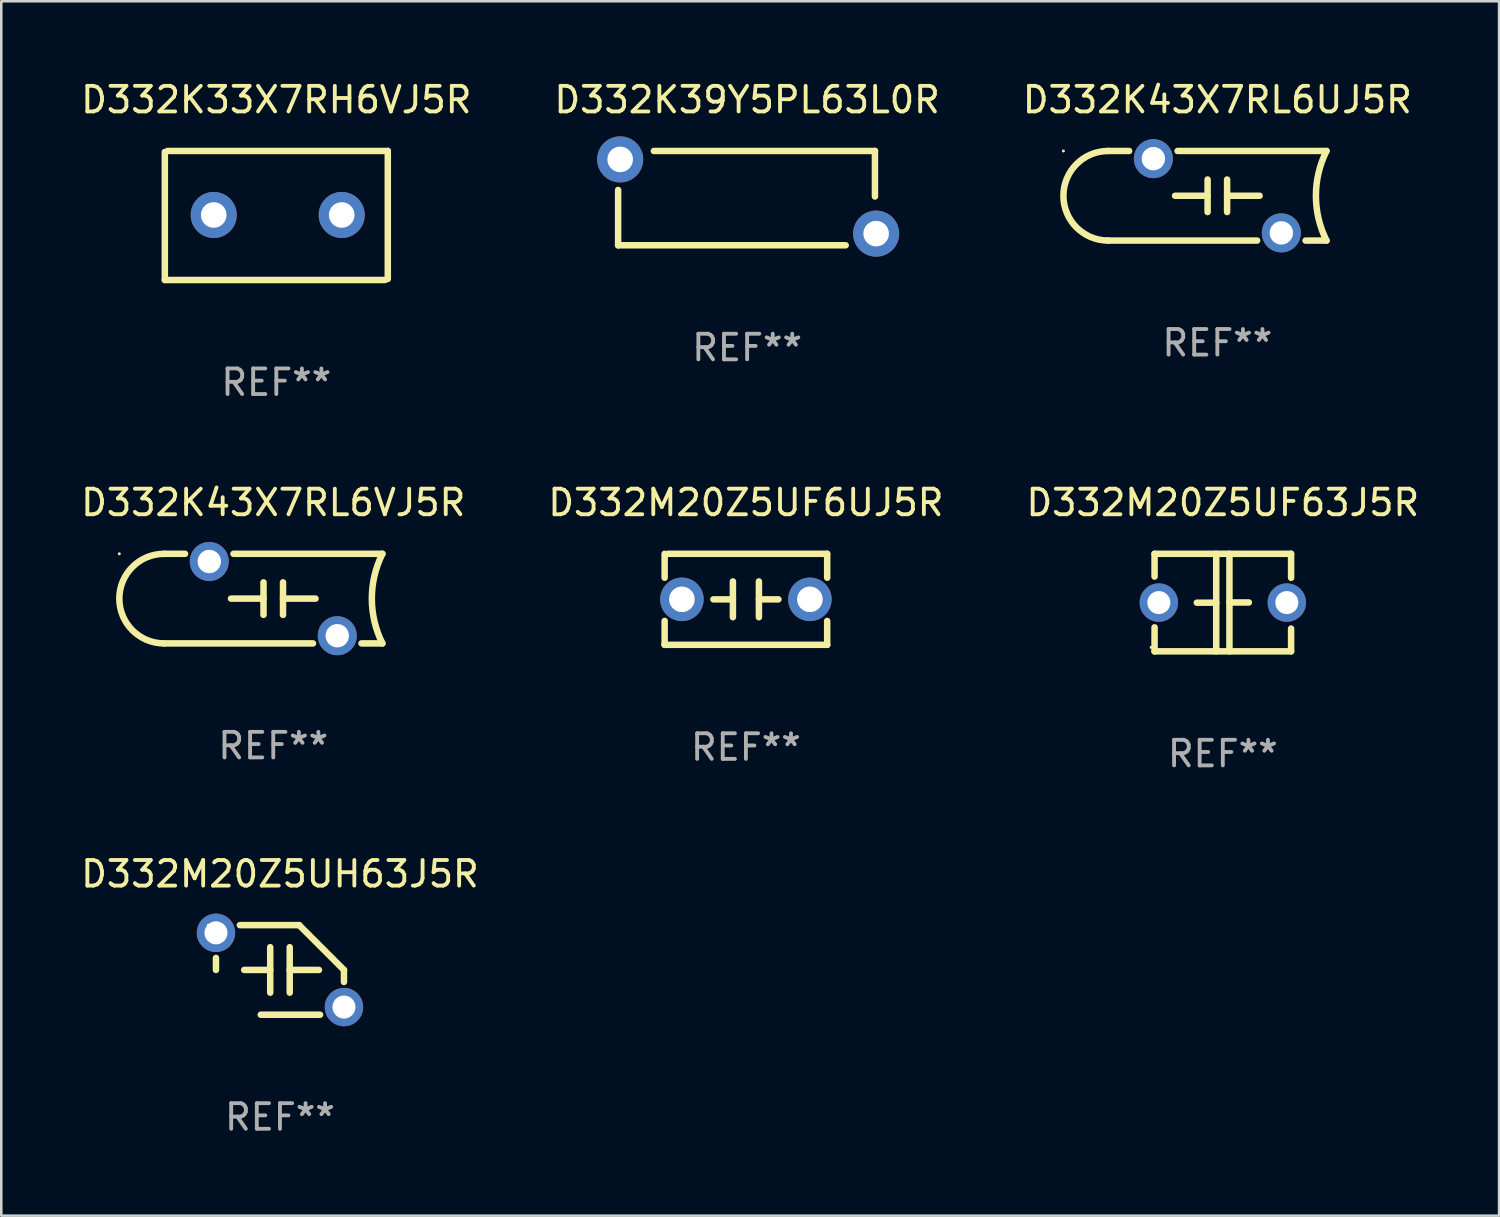
<source format=kicad_pcb>
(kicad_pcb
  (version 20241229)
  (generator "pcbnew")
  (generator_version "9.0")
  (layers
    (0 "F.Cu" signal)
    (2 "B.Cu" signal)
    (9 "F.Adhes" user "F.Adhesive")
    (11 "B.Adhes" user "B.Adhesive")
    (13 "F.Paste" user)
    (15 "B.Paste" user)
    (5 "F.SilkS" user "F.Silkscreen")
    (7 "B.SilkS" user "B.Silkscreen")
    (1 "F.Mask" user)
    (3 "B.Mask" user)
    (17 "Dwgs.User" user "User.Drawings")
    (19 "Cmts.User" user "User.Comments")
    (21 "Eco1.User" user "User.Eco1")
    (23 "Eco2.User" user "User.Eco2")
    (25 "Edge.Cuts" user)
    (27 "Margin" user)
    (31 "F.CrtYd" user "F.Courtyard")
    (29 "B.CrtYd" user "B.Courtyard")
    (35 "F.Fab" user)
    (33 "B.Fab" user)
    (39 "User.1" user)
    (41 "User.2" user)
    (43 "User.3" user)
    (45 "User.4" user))
  (footprint "D332K43X7RL6VJ5R"
    (layer "F.Cu")
    (at 7.625 20.335)
    (property "Reference" "D332K43X7RL6VJ5R" (at 0 -3.75 0) (layer "F.SilkS") (effects (font (size 1 1) (thickness 0.15))))
    (attr through_hole)
    (fp_line (start -4.264 -1.75) (end -3.447 -1.75) (stroke (width 0.254) (type solid)) (layer "F.SilkS"))
    (fp_line (start -1.651 0) (end -0.381 0) (stroke (width 0.254) (type solid)) (layer "F.SilkS"))
    (fp_line (start -1.553 -1.75) (end 4.264 -1.75) (stroke (width 0.254) (type solid)) (layer "F.SilkS"))
    (fp_line (start -0.381 -0.635) (end -0.381 0.635) (stroke (width 0.254) (type solid)) (layer "F.SilkS"))
    (fp_line (start 0.381 -0.635) (end 0.381 0.635) (stroke (width 0.254) (type solid)) (layer "F.SilkS"))
    (fp_line (start 0.381 0) (end 1.651 0) (stroke (width 0.254) (type solid)) (layer "F.SilkS"))
    (fp_line (start 1.553 1.75) (end -4.264 1.75) (stroke (width 0.254) (type solid)) (layer "F.SilkS"))
    (fp_line (start 4.264 1.75) (end 3.447 1.75) (stroke (width 0.254) (type solid)) (layer "F.SilkS"))
    (fp_arc (start -4.263729 1.750013) (mid -6.013742 0) (end -4.263729 -1.750013) (stroke (width 0.254001) (type solid)) (layer "F.SilkS"))
    (fp_arc (start 4.263729 1.750012) (mid 3.850607 0) (end 4.263729 -1.750013) (stroke (width 0.254001) (type solid)) (layer "F.SilkS"))
    (fp_circle (center -6.014 -1.75) (end -5.984 -1.75) (stroke (width 0.06) (type solid)) (fill no) (layer "F.SilkS"))
    (fp_text user "REF**" (at 0 5.75 0) (layer "F.Fab") (effects (font (size 1 1) (thickness 0.15))))
    (pad "1" thru_hole circle (at -2.5 -1.45) (size 1.524 1.524) (drill 0.914) (layers "*.Cu" "*.Mask"))
    (pad "2" thru_hole circle (at 2.5 1.45) (size 1.524 1.524) (drill 0.914) (layers "*.Cu" "*.Mask")))
  (footprint "D332K43X7RL6UJ5R"
    (layer "F.Cu")
    (at 44.506 4.598)
    (property "Reference" "D332K43X7RL6UJ5R" (at 0 -3.75 0) (layer "F.SilkS") (effects (font (size 1 1) (thickness 0.15))))
    (attr through_hole)
    (fp_line (start -4.264 -1.75) (end -3.447 -1.75) (stroke (width 0.254) (type solid)) (layer "F.SilkS"))
    (fp_line (start -1.651 0) (end -0.381 0) (stroke (width 0.254) (type solid)) (layer "F.SilkS"))
    (fp_line (start -1.553 -1.75) (end 4.264 -1.75) (stroke (width 0.254) (type solid)) (layer "F.SilkS"))
    (fp_line (start -0.381 -0.635) (end -0.381 0.635) (stroke (width 0.254) (type solid)) (layer "F.SilkS"))
    (fp_line (start 0.381 -0.635) (end 0.381 0.635) (stroke (width 0.254) (type solid)) (layer "F.SilkS"))
    (fp_line (start 0.381 0) (end 1.651 0) (stroke (width 0.254) (type solid)) (layer "F.SilkS"))
    (fp_line (start 1.553 1.75) (end -4.264 1.75) (stroke (width 0.254) (type solid)) (layer "F.SilkS"))
    (fp_line (start 4.264 1.75) (end 3.447 1.75) (stroke (width 0.254) (type solid)) (layer "F.SilkS"))
    (fp_arc (start -4.263729 1.750013) (mid -6.013742 0) (end -4.263729 -1.750013) (stroke (width 0.254001) (type solid)) (layer "F.SilkS"))
    (fp_arc (start 4.263729 1.750012) (mid 3.850607 0) (end 4.263729 -1.750013) (stroke (width 0.254001) (type solid)) (layer "F.SilkS"))
    (fp_circle (center -6.014 -1.75) (end -5.984 -1.75) (stroke (width 0.06) (type solid)) (fill no) (layer "F.SilkS"))
    (fp_text user "REF**" (at 0 5.75 0) (layer "F.Fab") (effects (font (size 1 1) (thickness 0.15))))
    (pad "1" thru_hole circle (at -2.5 -1.45) (size 1.524 1.524) (drill 0.914) (layers "*.Cu" "*.Mask"))
    (pad "2" thru_hole circle (at 2.5 1.45) (size 1.524 1.524) (drill 0.914) (layers "*.Cu" "*.Mask")))
  (footprint "D332M20Z5UF63J5R"
    (layer "F.Cu")
    (at 44.72 20.49)
    (property "Reference" "D332M20Z5UF63J5R" (at 0 -3.905 0) (layer "F.SilkS") (effects (font (size 1 1) (thickness 0.15))))
    (attr through_hole)
    (fp_line (start -2.667 -1.905) (end -2.667 -1.016) (stroke (width 0.254) (type solid)) (layer "F.SilkS"))
    (fp_line (start -2.667 0.967) (end -2.667 1.905) (stroke (width 0.254) (type solid)) (layer "F.SilkS"))
    (fp_line (start -2.667 1.905) (end 2.667 1.905) (stroke (width 0.254) (type solid)) (layer "F.SilkS"))
    (fp_line (start -0.258 0.005) (end -1.016 0.005) (stroke (width 0.254) (type solid)) (layer "F.SilkS"))
    (fp_line (start -0.258 1.905) (end -0.258 -1.905) (stroke (width 0.254) (type solid)) (layer "F.SilkS"))
    (fp_line (start 0.258 -1.905) (end 0.258 1.905) (stroke (width 0.254) (type solid)) (layer "F.SilkS"))
    (fp_line (start 0.258 -0.005) (end 1.016 -0.005) (stroke (width 0.254) (type solid)) (layer "F.SilkS"))
    (fp_line (start 2.667 -1.905) (end -2.667 -1.905) (stroke (width 0.254) (type solid)) (layer "F.SilkS"))
    (fp_line (start 2.667 -0.967) (end 2.667 -1.905) (stroke (width 0.254) (type solid)) (layer "F.SilkS"))
    (fp_line (start 2.667 1.905) (end 2.667 1.016) (stroke (width 0.254) (type solid)) (layer "F.SilkS"))
    (fp_circle (center -2.8 1.75) (end -2.77 1.75) (stroke (width 0.06) (type solid)) (fill no) (layer "F.SilkS"))
    (fp_text user "REF**" (at 0 5.905 0) (layer "F.Fab") (effects (font (size 1 1) (thickness 0.15))))
    (pad "1" thru_hole circle (at -2.5 0) (size 1.5 1.5) (drill 0.9) (layers "*.Cu" "*.Mask"))
    (pad "2" thru_hole circle (at 2.5 0) (size 1.5 1.5) (drill 0.9) (layers "*.Cu" "*.Mask")))
  (footprint "D332K33X7RH6VJ5R"
    (layer "F.Cu")
    (at 7.744 5.368)
    (property "Reference" "D332K33X7RH6VJ5R" (at 0 -4.52 0) (layer "F.SilkS") (effects (font (size 1 1) (thickness 0.15))))
    (attr through_hole)
    (fp_line (start -4.355 2.52) (end -4.355 -2.48) (stroke (width 0.254) (type solid)) (layer "F.SilkS"))
    (fp_line (start -4.246 -2.52) (end 4.355 -2.52) (stroke (width 0.254) (type solid)) (layer "F.SilkS"))
    (fp_line (start 4.246 2.52) (end -4.355 2.52) (stroke (width 0.254) (type solid)) (layer "F.SilkS"))
    (fp_line (start 4.355 -2.52) (end 4.355 2.48) (stroke (width 0.254) (type solid)) (layer "F.SilkS"))
    (fp_circle (center -4.195 2.48) (end -4.165 2.48) (stroke (width 0.06) (type solid)) (fill no) (layer "F.SilkS"))
    (fp_text user "REF**" (at 0 6.52 0) (layer "F.Fab") (effects (font (size 1 1) (thickness 0.15))))
    (pad "1" thru_hole circle (at -2.445 -0.02) (size 1.8 1.8) (drill 1) (layers "*.Cu" "*.Mask"))
    (pad "2" thru_hole circle (at 2.555 -0.02) (size 1.8 1.8) (drill 1) (layers "*.Cu" "*.Mask")))
  (footprint "D332K39Y5PL63L0R"
    (layer "F.Cu")
    (at 26.137 4.69)
    (property "Reference" "D332K39Y5PL63L0R" (at 0 -3.842 0) (layer "F.SilkS") (effects (font (size 1 1) (thickness 0.15))))
    (attr through_hole)
    (fp_line (start -5.04 1.842) (end -5.04 -0.318) (stroke (width 0.254) (type solid)) (layer "F.SilkS"))
    (fp_line (start -5.04 1.842) (end 3.85 1.842) (stroke (width 0.254) (type solid)) (layer "F.SilkS"))
    (fp_line (start -3.643 -1.842) (end 4.993 -1.842) (stroke (width 0.254) (type solid)) (layer "F.SilkS"))
    (fp_line (start 4.993 -1.842) (end 4.993 -0.064) (stroke (width 0.254) (type solid)) (layer "F.SilkS"))
    (fp_circle (center -5.26 -1.814) (end -5.23 -1.814) (stroke (width 0.06) (type solid)) (fill no) (layer "F.SilkS"))
    (fp_text user "REF**" (at 0 5.842 0) (layer "F.Fab") (effects (font (size 1 1) (thickness 0.15))))
    (pad "1" thru_hole circle (at -4.96 -1.513) (size 1.8 1.8) (drill 1) (layers "*.Cu" "*.Mask"))
    (pad "2" thru_hole circle (at 5.04 1.387) (size 1.8 1.8) (drill 1) (layers "*.Cu" "*.Mask")))
  (footprint "D332M20Z5UF6UJ5R"
    (layer "F.Cu")
    (at 26.089 20.363)
    (property "Reference" "D332M20Z5UF6UJ5R" (at 0 -3.778 0) (layer "F.SilkS") (effects (font (size 1 1) (thickness 0.15))))
    (attr through_hole)
    (fp_line (start -3.175 -1.778) (end -3.175 -0.844) (stroke (width 0.254) (type solid)) (layer "F.SilkS"))
    (fp_line (start -3.175 0.844) (end -3.175 1.778) (stroke (width 0.254) (type solid)) (layer "F.SilkS"))
    (fp_line (start -3.175 1.778) (end 3.175 1.778) (stroke (width 0.254) (type solid)) (layer "F.SilkS"))
    (fp_line (start -0.508 -0.699) (end -0.508 0.699) (stroke (width 0.254) (type solid)) (layer "F.SilkS"))
    (fp_line (start -0.508 0.001) (end -1.27 0.001) (stroke (width 0.254) (type solid)) (layer "F.SilkS"))
    (fp_line (start 0.508 0.001) (end 1.27 0.001) (stroke (width 0.254) (type solid)) (layer "F.SilkS"))
    (fp_line (start 0.508 0.699) (end 0.508 -0.699) (stroke (width 0.254) (type solid)) (layer "F.SilkS"))
    (fp_line (start 3.175 -1.778) (end -3.048 -1.778) (stroke (width 0.254) (type solid)) (layer "F.SilkS"))
    (fp_line (start 3.175 -0.844) (end 3.175 -1.778) (stroke (width 0.254) (type solid)) (layer "F.SilkS"))
    (fp_line (start 3.175 1.778) (end 3.175 0.844) (stroke (width 0.254) (type solid)) (layer "F.SilkS"))
    (fp_circle (center -3.25 1.75) (end -3.22 1.75) (stroke (width 0.06) (type solid)) (fill no) (layer "F.SilkS"))
    (fp_text user "REF**" (at 0 5.778 0) (layer "F.Fab") (effects (font (size 1 1) (thickness 0.15))))
    (pad "1" thru_hole circle (at -2.5 0) (size 1.7 1.7) (drill 1) (layers "*.Cu" "*.Mask"))
    (pad "2" thru_hole circle (at 2.5 0) (size 1.7 1.7) (drill 1) (layers "*.Cu" "*.Mask")))
  (footprint "D332M20Z5UH63J5R"
    (layer "F.Cu")
    (at 7.887 34.841)
    (property "Reference" "D332M20Z5UH63J5R" (at 0 -3.75 0) (layer "F.SilkS") (effects (font (size 1 1) (thickness 0.15))))
    (attr through_hole)
    (fp_line (start -2.5 0) (end -2.5 -0.469) (stroke (width 0.254) (type solid)) (layer "F.SilkS"))
    (fp_line (start -1.397 0) (end -0.381 0) (stroke (width 0.254) (type solid)) (layer "F.SilkS"))
    (fp_line (start -0.75 1.75) (end 1.566 1.75) (stroke (width 0.254) (type solid)) (layer "F.SilkS"))
    (fp_line (start -0.381 -0.889) (end -0.381 0.889) (stroke (width 0.254) (type solid)) (layer "F.SilkS"))
    (fp_line (start 0.381 -0.889) (end 0.381 0.889) (stroke (width 0.254) (type solid)) (layer "F.SilkS"))
    (fp_line (start 0.75 -1.75) (end -1.566 -1.75) (stroke (width 0.254) (type solid)) (layer "F.SilkS"))
    (fp_line (start 1.524 0) (end 0.381 0) (stroke (width 0.254) (type solid)) (layer "F.SilkS"))
    (fp_line (start 2.5 0) (end 2.5 0.469) (stroke (width 0.254) (type solid)) (layer "F.SilkS"))
    (fp_arc (start -2.499962 0) (mid 2.499984 -0.000022) (end -2.499962 0) (stroke (width 0.254001) (type solid)) (layer "F.SilkS"))
    (fp_arc (start 2.500013 0) (mid 1.623463 -0.873464) (end 0.749999 -1.750014) (stroke (width 0.254001) (type solid)) (layer "F.SilkS"))
    (fp_circle (center -2.8 -1.75) (end -2.77 -1.75) (stroke (width 0.06) (type solid)) (fill no) (layer "F.SilkS"))
    (fp_text user "REF**" (at 0 5.75 0) (layer "F.Fab") (effects (font (size 1 1) (thickness 0.15))))
    (pad "1" thru_hole circle (at -2.5 -1.45) (size 1.5 1.5) (drill 0.9) (layers "*.Cu" "*.Mask"))
    (pad "2" thru_hole circle (at 2.5 1.45) (size 1.5 1.5) (drill 0.9) (layers "*.Cu" "*.Mask")))
  (gr_rect
    (start -3 -3)
    (end 55.512 44.44)
    (stroke (width 0.1) (type default))
    (fill no)
    (layer "Edge.Cuts")))
</source>
